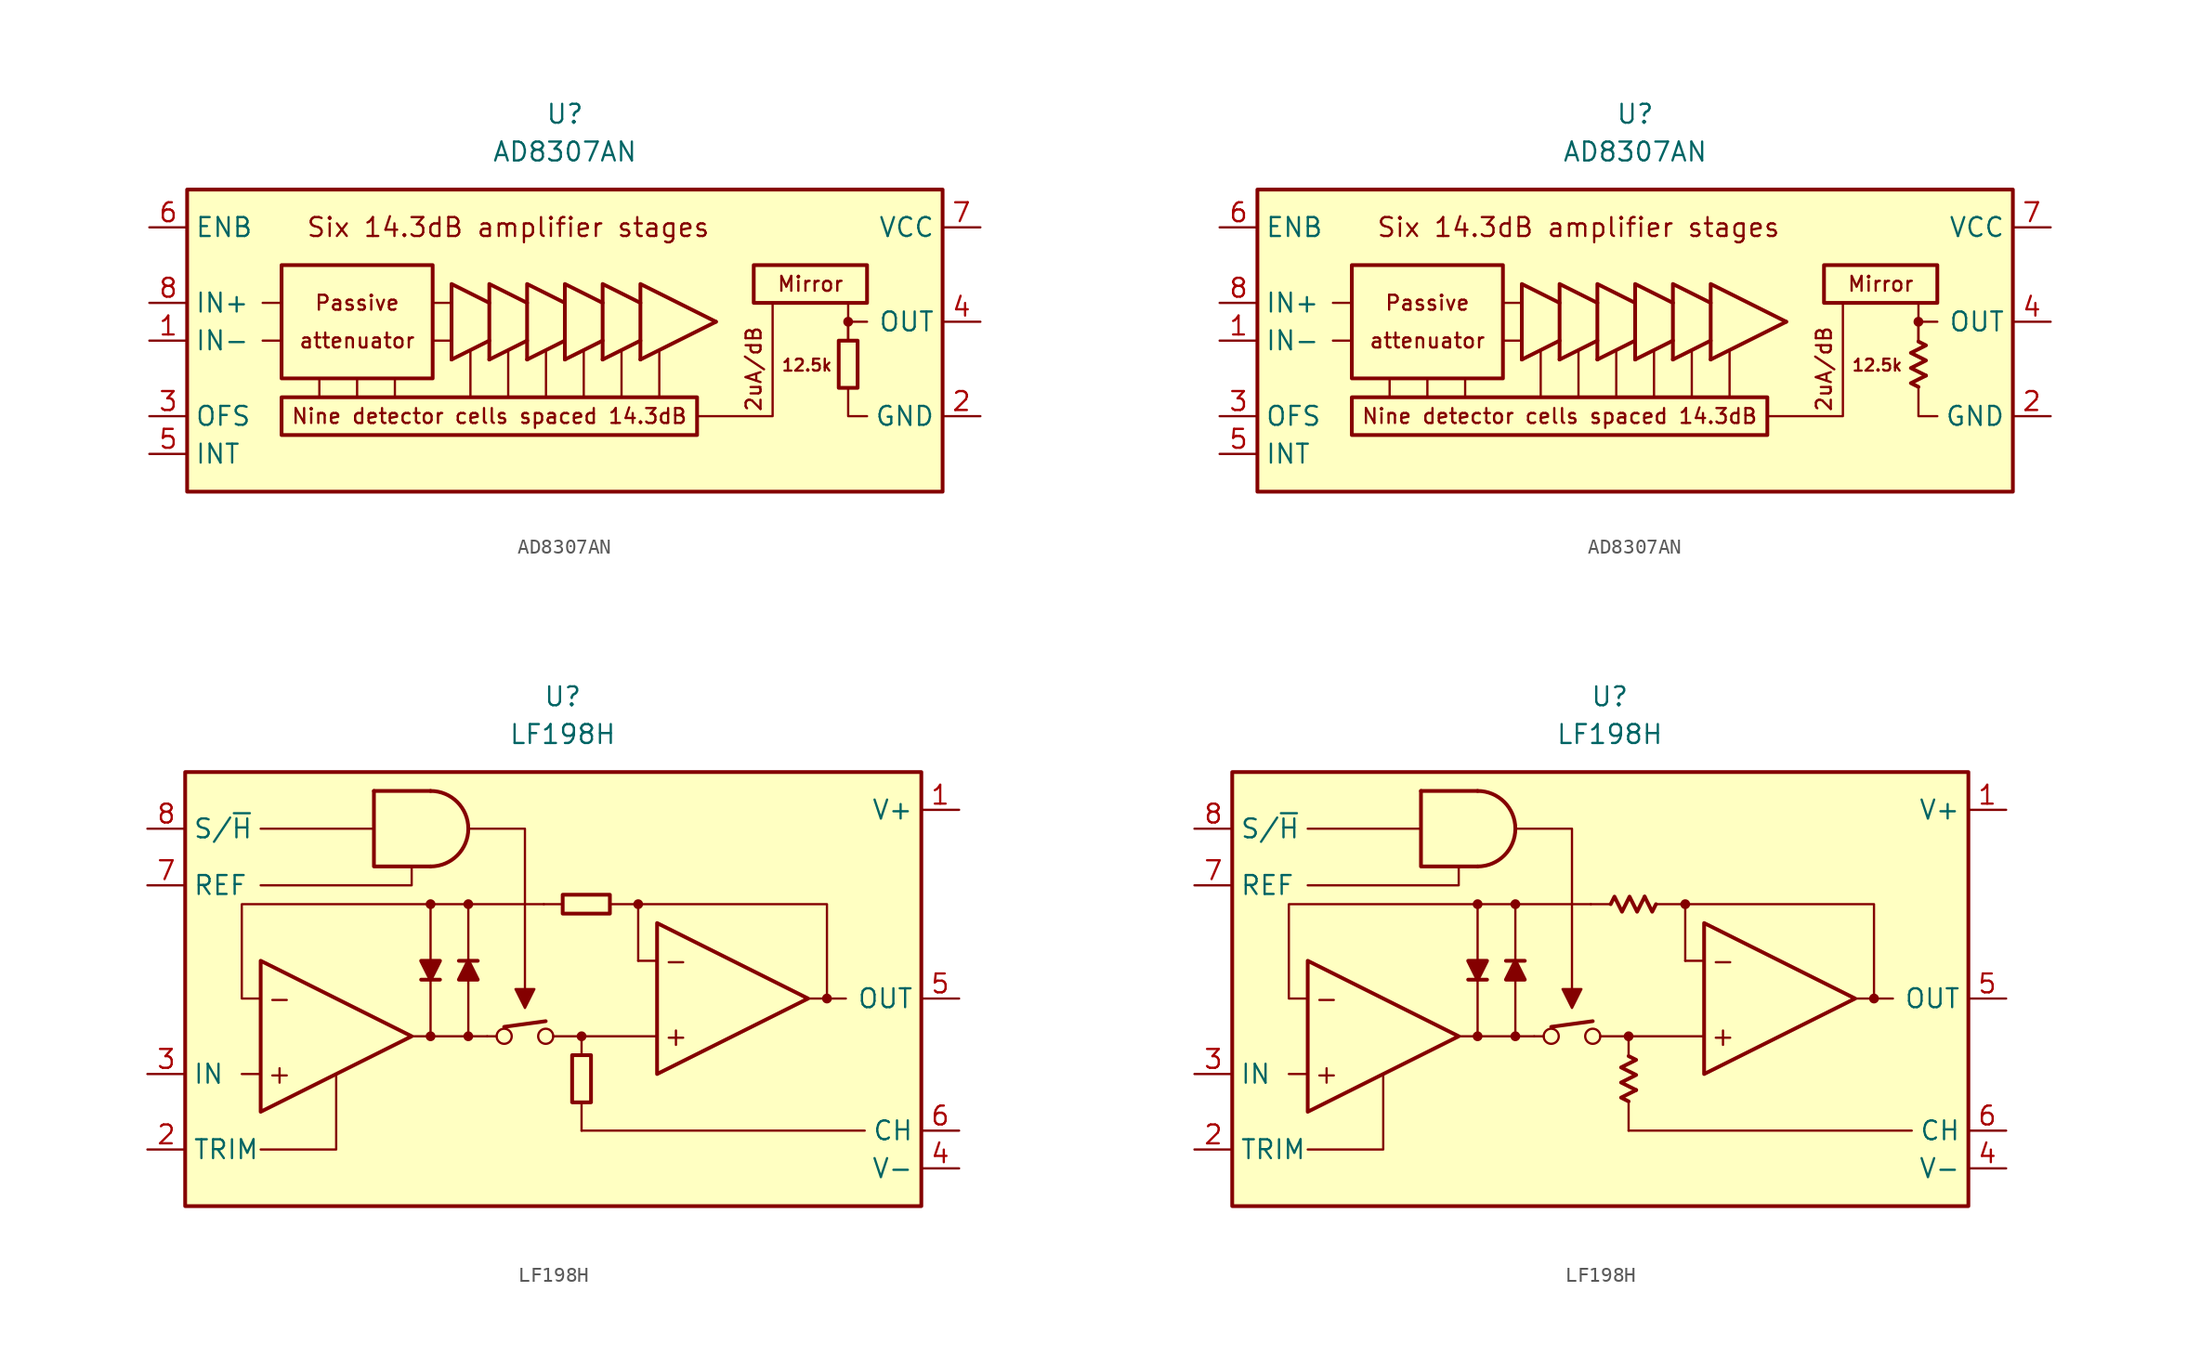
<source format=kicad_sym>
(kicad_symbol_lib
  (version 20231120)
  (generator "kicad_symbol_editor")
  (generator_version "8.0")
  (symbol "AD8307AN"
    (property "Reference" "U"
      (at 0 13.97 0)
      (effects (font (size 1.27 1.27))))
    (property "Value" "AD8307AN"
      (at 0 11.43 0)
      (effects (font (size 1.27 1.27))))
    (symbol "AD8307AN_0_0"
      (rectangle (start -25.4 8.89) (end 25.4 -11.43) (stroke (width 0.254) (type default)) (fill (type background)))
      (rectangle (start -19.05 3.81) (end -8.89 -3.81) (stroke (width 0.254) (type default)) (fill (type none)))
      (polyline (pts (xy -19.05 -1.27) (xy -20.32 -1.27)) (stroke (width 0.152) (type default)) (fill (type none)))
      (polyline (pts (xy -19.05 1.27) (xy -20.32 1.27)) (stroke (width 0.152) (type default)) (fill (type none)))
      (polyline (pts (xy -16.51 -3.81) (xy -16.51 -5.08)) (stroke (width 0.152) (type default)) (fill (type none)))
      (polyline (pts (xy -13.97 -3.81) (xy -13.97 -5.08)) (stroke (width 0.152) (type default)) (fill (type none)))
      (polyline (pts (xy -11.43 -3.81) (xy -11.43 -5.08)) (stroke (width 0.152) (type default)) (fill (type none)))
      (polyline (pts (xy -8.89 -1.27) (xy -7.62 -1.27)) (stroke (width 0.152) (type default)) (fill (type none)))
      (polyline (pts (xy -8.89 1.27) (xy -7.62 1.27)) (stroke (width 0.152) (type default)) (fill (type none)))
      (polyline (pts (xy -6.35 -1.905) (xy -6.35 -5.08)) (stroke (width 0.152) (type default)) (fill (type none)))
      (polyline (pts (xy -3.81 -1.905) (xy -3.81 -5.08)) (stroke (width 0.152) (type default)) (fill (type none)))
      (polyline (pts (xy -1.27 -1.905) (xy -1.27 -5.08)) (stroke (width 0.152) (type default)) (fill (type none)))
      (polyline (pts (xy 1.27 -1.905) (xy 1.27 -5.08)) (stroke (width 0.152) (type default)) (fill (type none)))
      (polyline (pts (xy 3.81 -1.905) (xy 3.81 -5.08)) (stroke (width 0.152) (type default)) (fill (type none)))
      (polyline (pts (xy 6.35 -1.905) (xy 6.35 -5.08)) (stroke (width 0.152) (type default)) (fill (type none)))
      (polyline (pts (xy 19.05 -1.27) (xy 19.05 0)) (stroke (width 0.152) (type default)) (fill (type none)))
      (polyline (pts (xy 19.05 0) (xy 20.32 0)) (stroke (width 0.152) (type default)) (fill (type none)))
      (polyline (pts (xy 19.05 1.27) (xy 19.05 -1.27)) (stroke (width 0.152) (type default)) (fill (type none)))
      (polyline (pts (xy 8.89 -6.35) (xy 13.97 -6.35) (xy 13.97 1.27)) (stroke (width 0.152) (type default)) (fill (type none)))
      (polyline (pts (xy 19.05 -4.445) (xy 19.05 -6.35) (xy 20.32 -6.35)) (stroke (width 0.152) (type default)) (fill (type none)))
      (rectangle (start 12.7 3.81) (end 20.32 1.27) (stroke (width 0.254) (type default)) (fill (type none)))
      (circle (center 19.05 0) (radius 0.254) (stroke (width 0.152) (type default)) (fill (type outline)))
      (text "12.5k" (at 18.034 -2.921 0) (effects (font (size 0.8 0.8)) (justify right)))
      (text "2uA/dB" (at 12.7 -3.175 900) (effects (font (size 1 1))))
      (text "attenuator" (at -13.97 -1.27 0) (effects (font (size 1 1))))
      (text "Mirror" (at 16.51 2.54 0) (effects (font (size 1 1))))
      (text "Nine detector cells spaced 14.3dB" (at -5.08 -6.35 0) (effects (font (size 1 1))))
      (text "Passive" (at -13.97 1.27 0) (effects (font (size 1 1))))
      (text "Six 14.3dB amplifier stages" (at -3.81 6.35 0) (effects (font (size 1.27 1.27)))))
    (symbol "AD8307AN_0_1"
      (rectangle (start 18.415 -1.27) (end 19.685 -4.445) (stroke (width 0.254) (type default)) (fill (type none))))
    (symbol "AD8307AN_0_2"
      (polyline (pts (xy 19.558 -3.619) (xy 18.542 -4.128) (xy 19.05 -4.381)) (stroke (width 0.254) (type default)) (fill (type none)))
      (polyline (pts (xy 19.05 -1.333) (xy 19.558 -1.587) (xy 18.542 -2.095) (xy 19.558 -2.603) (xy 18.542 -3.111) (xy 19.558 -3.619)) (stroke (width 0.254) (type default)) (fill (type none))))
    (symbol "AD8307AN_1_0"
      (rectangle (start -19.05 -5.08) (end 8.89 -7.62) (stroke (width 0.254) (type default)) (fill (type none)))
      (polyline (pts (xy -7.62 -2.54) (xy -5.08 -1.27)) (stroke (width 0.254) (type default)) (fill (type none)))
      (polyline (pts (xy -5.08 -2.54) (xy -2.54 -1.27)) (stroke (width 0.254) (type default)) (fill (type none)))
      (polyline (pts (xy -2.54 -2.54) (xy 0 -1.27)) (stroke (width 0.254) (type default)) (fill (type none)))
      (polyline (pts (xy 0 -2.54) (xy 2.54 -1.27)) (stroke (width 0.254) (type default)) (fill (type none)))
      (polyline (pts (xy 2.54 -2.54) (xy 5.08 -1.27)) (stroke (width 0.254) (type default)) (fill (type none)))
      (polyline (pts (xy 5.08 -2.54) (xy 10.16 0)) (stroke (width 0.254) (type default)) (fill (type none)))
      (polyline (pts (xy -7.62 -2.54) (xy -7.62 2.54) (xy -5.08 1.27)) (stroke (width 0.254) (type default)) (fill (type none)))
      (polyline (pts (xy -5.08 -2.54) (xy -5.08 2.54) (xy -2.54 1.27)) (stroke (width 0.254) (type default)) (fill (type none)))
      (polyline (pts (xy -2.54 -2.54) (xy -2.54 2.54) (xy 0 1.27)) (stroke (width 0.254) (type default)) (fill (type none)))
      (polyline (pts (xy 0 -2.54) (xy 0 2.54) (xy 2.54 1.27)) (stroke (width 0.254) (type default)) (fill (type none)))
      (polyline (pts (xy 2.54 -2.54) (xy 2.54 2.54) (xy 5.08 1.27)) (stroke (width 0.254) (type default)) (fill (type none)))
      (polyline (pts (xy 5.08 -2.54) (xy 5.08 2.54) (xy 10.16 0)) (stroke (width 0.254) (type default)) (fill (type none))))
    (symbol "AD8307AN_1_1"
      (pin input line (at -27.94 -1.27 0) (length 2.54) (name "IN-" (effects (font (size 1.27 1.27)))) (number "1" (effects (font (size 1.27 1.27)))))
      (pin power_in line (at 27.94 -6.35 180) (length 2.54) (name "GND" (effects (font (size 1.27 1.27)))) (number "2" (effects (font (size 1.27 1.27)))))
      (pin passive line (at -27.94 -6.35 0) (length 2.54) (name "OFS" (effects (font (size 1.27 1.27)))) (number "3" (effects (font (size 1.27 1.27)))))
      (pin output line (at 27.94 0 180) (length 2.54) (name "OUT" (effects (font (size 1.27 1.27)))) (number "4" (effects (font (size 1.27 1.27)))))
      (pin passive line (at -27.94 -8.89 0) (length 2.54) (name "INT" (effects (font (size 1.27 1.27)))) (number "5" (effects (font (size 1.27 1.27)))))
      (pin input line (at -27.94 6.35 0) (length 2.54) (name "ENB" (effects (font (size 1.27 1.27)))) (number "6" (effects (font (size 1.27 1.27)))))
      (pin power_in line (at 27.94 6.35 180) (length 2.54) (name "VCC" (effects (font (size 1.27 1.27)))) (number "7" (effects (font (size 1.27 1.27)))))
      (pin input line (at -27.94 1.27 0) (length 2.54) (name "IN+" (effects (font (size 1.27 1.27)))) (number "8" (effects (font (size 1.27 1.27))))))
    (symbol "AD8307AN_1_2"
      (pin input line (at -27.94 -1.27 0) (length 2.54) (name "IN-" (effects (font (size 1.27 1.27)))) (number "1" (effects (font (size 1.27 1.27)))))
      (pin power_in line (at 27.94 -6.35 180) (length 2.54) (name "GND" (effects (font (size 1.27 1.27)))) (number "2" (effects (font (size 1.27 1.27)))))
      (pin passive line (at -27.94 -6.35 0) (length 2.54) (name "OFS" (effects (font (size 1.27 1.27)))) (number "3" (effects (font (size 1.27 1.27)))))
      (pin output line (at 27.94 0 180) (length 2.54) (name "OUT" (effects (font (size 1.27 1.27)))) (number "4" (effects (font (size 1.27 1.27)))))
      (pin passive line (at -27.94 -8.89 0) (length 2.54) (name "INT" (effects (font (size 1.27 1.27)))) (number "5" (effects (font (size 1.27 1.27)))))
      (pin input line (at -27.94 6.35 0) (length 2.54) (name "ENB" (effects (font (size 1.27 1.27)))) (number "6" (effects (font (size 1.27 1.27)))))
      (pin power_in line (at 27.94 6.35 180) (length 2.54) (name "VCC" (effects (font (size 1.27 1.27)))) (number "7" (effects (font (size 1.27 1.27)))))
      (pin input line (at -27.94 1.27 0) (length 2.54) (name "IN+" (effects (font (size 1.27 1.27)))) (number "8" (effects (font (size 1.27 1.27)))))))
  (symbol "LF198H"
    (property "Reference" "U"
      (at 0 19.05 0)
      (effects (font (size 1.27 1.27))))
    (property "Value" "LF198H"
      (at 0 16.51 0)
      (effects (font (size 1.27 1.27))))
    (symbol "LF198H_0_0"
      (circle (center -8.89 -3.81) (radius 0.254) (stroke (width 0.152) (type default)) (fill (type outline)))
      (circle (center -8.89 5.08) (radius 0.254) (stroke (width 0.152) (type default)) (fill (type outline)))
      (circle (center -6.35 -3.81) (radius 0.254) (stroke (width 0.152) (type default)) (fill (type outline)))
      (circle (center -6.35 5.08) (radius 0.254) (stroke (width 0.152) (type default)) (fill (type outline)))
      (circle (center -3.937 -3.81) (radius 0.508) (stroke (width 0) (type default)) (fill (type none)))
      (circle (center -1.143 -3.81) (radius 0.508) (stroke (width 0) (type default)) (fill (type none)))
      (polyline (pts (xy -20.32 -6.35) (xy -21.59 -6.35)) (stroke (width 0.152) (type default)) (fill (type none)))
      (polyline (pts (xy -12.7 10.16) (xy -20.32 10.16)) (stroke (width 0.152) (type default)) (fill (type none)))
      (polyline (pts (xy -5.08 -3.81) (xy -4.445 -3.81)) (stroke (width 0.152) (type default)) (fill (type none)))
      (polyline (pts (xy -3.937 -3.175) (xy -1.143 -2.794)) (stroke (width 0.254) (type default)) (fill (type none)))
      (polyline (pts (xy 0 5.08) (xy -1.27 5.08)) (stroke (width 0.152) (type default)) (fill (type none)))
      (polyline (pts (xy 1.27 -8.255) (xy 1.27 -10.16)) (stroke (width 0.152) (type default)) (fill (type none)))
      (polyline (pts (xy 16.51 -1.27) (xy 17.78 -1.27)) (stroke (width 0.152) (type default)) (fill (type none)))
      (polyline (pts (xy 17.78 -1.27) (xy 19.05 -1.27)) (stroke (width 0.152) (type default)) (fill (type none)))
      (polyline (pts (xy -20.32 -11.43) (xy -15.24 -11.43) (xy -15.24 -6.35)) (stroke (width 0.152) (type default)) (fill (type none)))
      (polyline (pts (xy -10.16 7.62) (xy -10.16 6.35) (xy -20.32 6.35)) (stroke (width 0.152) (type default)) (fill (type none)))
      (polyline (pts (xy -6.35 10.16) (xy -2.54 10.16) (xy -2.54 -1.27)) (stroke (width 0.152) (type default)) (fill (type none)))
      (polyline (pts (xy -2.54 -1.905) (xy -3.175 -0.635) (xy -1.905 -0.635) (xy -2.54 -1.905)) (stroke (width 0.152) (type default)) (fill (type outline)))
      (circle (center 1.27 -3.81) (radius 0.254) (stroke (width 0.152) (type default)) (fill (type outline)))
      (circle (center 5.08 5.08) (radius 0.254) (stroke (width 0.152) (type default)) (fill (type outline)))
      (circle (center 17.78 -1.27) (radius 0.254) (stroke (width 0.152) (type default)) (fill (type outline)))
      (text "+" (at -19.05 -6.35 0) (effects (font (size 1.27 1.27))))
      (text "+" (at 7.62 -3.81 0) (effects (font (size 1.27 1.27))))
      (text "-" (at -19.05 -1.27 0) (effects (font (size 1.27 1.27))))
      (text "-" (at 7.62 1.27 0) (effects (font (size 1.27 1.27)))))
    (symbol "LF198H_0_1"
      (rectangle (start 0 4.445) (end 3.175 5.715) (stroke (width 0.254) (type default)) (fill (type none)))
      (rectangle (start 0.635 -5.08) (end 1.905 -8.255) (stroke (width 0.254) (type default)) (fill (type none))))
    (symbol "LF198H_0_2"
      (polyline (pts (xy 1.778 -7.429) (xy 0.762 -7.938) (xy 1.27 -8.191)) (stroke (width 0.254) (type default)) (fill (type none)))
      (polyline (pts (xy 2.349 5.588) (xy 2.857 4.572) (xy 3.111 5.08)) (stroke (width 0.254) (type default)) (fill (type none)))
      (polyline (pts (xy 0.064 5.08) (xy 0.318 5.588) (xy 0.826 4.572) (xy 1.333 5.588) (xy 1.841 4.572) (xy 2.349 5.588)) (stroke (width 0.254) (type default)) (fill (type none)))
      (polyline (pts (xy 1.27 -5.144) (xy 1.778 -5.397) (xy 0.762 -5.905) (xy 1.778 -6.413) (xy 0.762 -6.921) (xy 1.778 -7.429)) (stroke (width 0.254) (type default)) (fill (type none))))
    (symbol "LF198H_1_0"
      (rectangle (start -25.4 13.97) (end 24.13 -15.24) (stroke (width 0.254) (type default)) (fill (type background)))
      (arc (start -8.89 7.62) (mid -6.361 10.16) (end -8.89 12.7) (stroke (width 0.254) (type default)) (fill (type none)))
      (polyline (pts (xy -12.7 12.7) (xy -8.89 12.7)) (stroke (width 0.254) (type default)) (fill (type none)))
      (polyline (pts (xy -9.525 0) (xy -8.255 0)) (stroke (width 0.254) (type default)) (fill (type none)))
      (polyline (pts (xy -8.89 0) (xy -8.89 -3.81)) (stroke (width 0.152) (type default)) (fill (type none)))
      (polyline (pts (xy -8.89 1.27) (xy -8.89 5.08)) (stroke (width 0.152) (type default)) (fill (type none)))
      (polyline (pts (xy -6.35 0) (xy -6.35 -3.81)) (stroke (width 0.152) (type default)) (fill (type none)))
      (polyline (pts (xy -6.35 1.27) (xy -6.35 5.08)) (stroke (width 0.152) (type default)) (fill (type none)))
      (polyline (pts (xy -5.715 1.27) (xy -6.985 1.27)) (stroke (width 0.254) (type default)) (fill (type none)))
      (polyline (pts (xy -5.08 -3.81) (xy -10.16 -3.81)) (stroke (width 0.152) (type default)) (fill (type none)))
      (polyline (pts (xy 1.27 -10.16) (xy 20.32 -10.16)) (stroke (width 0.152) (type default)) (fill (type none)))
      (polyline (pts (xy 1.27 -5.08) (xy 1.27 -3.81)) (stroke (width 0.152) (type default)) (fill (type none)))
      (polyline (pts (xy 5.08 1.27) (xy 5.08 5.08)) (stroke (width 0.152) (type default)) (fill (type none)))
      (polyline (pts (xy 6.35 -3.81) (xy -0.635 -3.81)) (stroke (width 0.152) (type default)) (fill (type none)))
      (polyline (pts (xy 6.35 1.27) (xy 5.08 1.27)) (stroke (width 0.152) (type default)) (fill (type none)))
      (polyline (pts (xy -12.7 12.7) (xy -12.7 7.62) (xy -8.89 7.62)) (stroke (width 0.254) (type default)) (fill (type none)))
      (polyline (pts (xy 3.175 5.08) (xy 17.78 5.08) (xy 17.78 -1.27)) (stroke (width 0.152) (type default)) (fill (type none)))
      (polyline (pts (xy -20.32 1.27) (xy -20.32 -8.89) (xy -10.16 -3.81) (xy -20.32 1.27)) (stroke (width 0.254) (type default)) (fill (type none)))
      (polyline (pts (xy -8.89 0) (xy -9.525 1.27) (xy -8.255 1.27) (xy -8.89 0)) (stroke (width 0.254) (type default)) (fill (type outline)))
      (polyline (pts (xy -6.35 1.27) (xy -5.715 0) (xy -6.985 0) (xy -6.35 1.27)) (stroke (width 0.254) (type default)) (fill (type outline)))
      (polyline (pts (xy -1.27 5.08) (xy -21.59 5.08) (xy -21.59 -1.27) (xy -20.32 -1.27)) (stroke (width 0.152) (type default)) (fill (type none)))
      (polyline (pts (xy 6.35 3.81) (xy 6.35 -6.35) (xy 16.51 -1.27) (xy 6.35 3.81)) (stroke (width 0.254) (type default)) (fill (type none))))
    (symbol "LF198H_1_1"
      (pin power_in line (at 26.67 11.43 180) (length 2.54) (name "V+" (effects (font (size 1.27 1.27)))) (number "1" (effects (font (size 1.27 1.27)))))
      (pin passive line (at -27.94 -11.43 0) (length 2.54) (name "TRIM" (effects (font (size 1.27 1.27)))) (number "2" (effects (font (size 1.27 1.27)))))
      (pin input line (at -27.94 -6.35 0) (length 2.54) (name "IN" (effects (font (size 1.27 1.27)))) (number "3" (effects (font (size 1.27 1.27)))))
      (pin power_in line (at 26.67 -12.7 180) (length 2.54) (name "V-" (effects (font (size 1.27 1.27)))) (number "4" (effects (font (size 1.27 1.27)))))
      (pin output line (at 26.67 -1.27 180) (length 2.54) (name "OUT" (effects (font (size 1.27 1.27)))) (number "5" (effects (font (size 1.27 1.27)))))
      (pin passive line (at 26.67 -10.16 180) (length 2.54) (name "CH" (effects (font (size 1.27 1.27)))) (number "6" (effects (font (size 1.27 1.27)))))
      (pin input line (at -27.94 6.35 0) (length 2.54) (name "REF" (effects (font (size 1.27 1.27)))) (number "7" (effects (font (size 1.27 1.27)))))
      (pin input line (at -27.94 10.16 0) (length 2.54) (name "S/~{H}" (effects (font (size 1.27 1.27)))) (number "8" (effects (font (size 1.27 1.27))))))
    (symbol "LF198H_1_2"
      (pin power_in line (at 26.67 11.43 180) (length 2.54) (name "V+" (effects (font (size 1.27 1.27)))) (number "1" (effects (font (size 1.27 1.27)))))
      (pin passive line (at -27.94 -11.43 0) (length 2.54) (name "TRIM" (effects (font (size 1.27 1.27)))) (number "2" (effects (font (size 1.27 1.27)))))
      (pin input line (at -27.94 -6.35 0) (length 2.54) (name "IN" (effects (font (size 1.27 1.27)))) (number "3" (effects (font (size 1.27 1.27)))))
      (pin power_in line (at 26.67 -12.7 180) (length 2.54) (name "V-" (effects (font (size 1.27 1.27)))) (number "4" (effects (font (size 1.27 1.27)))))
      (pin output line (at 26.67 -1.27 180) (length 2.54) (name "OUT" (effects (font (size 1.27 1.27)))) (number "5" (effects (font (size 1.27 1.27)))))
      (pin passive line (at 26.67 -10.16 180) (length 2.54) (name "CH" (effects (font (size 1.27 1.27)))) (number "6" (effects (font (size 1.27 1.27)))))
      (pin input line (at -27.94 6.35 0) (length 2.54) (name "REF" (effects (font (size 1.27 1.27)))) (number "7" (effects (font (size 1.27 1.27)))))
      (pin input line (at -27.94 10.16 0) (length 2.54) (name "S/~{H}" (effects (font (size 1.27 1.27)))) (number "8" (effects (font (size 1.27 1.27))))))))
</source>
